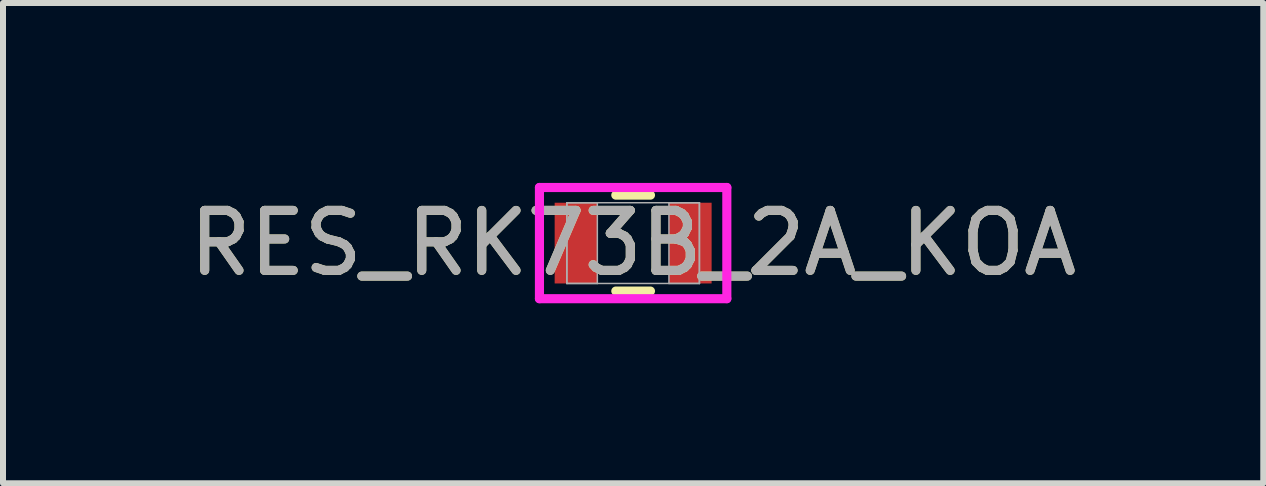
<source format=kicad_pcb>
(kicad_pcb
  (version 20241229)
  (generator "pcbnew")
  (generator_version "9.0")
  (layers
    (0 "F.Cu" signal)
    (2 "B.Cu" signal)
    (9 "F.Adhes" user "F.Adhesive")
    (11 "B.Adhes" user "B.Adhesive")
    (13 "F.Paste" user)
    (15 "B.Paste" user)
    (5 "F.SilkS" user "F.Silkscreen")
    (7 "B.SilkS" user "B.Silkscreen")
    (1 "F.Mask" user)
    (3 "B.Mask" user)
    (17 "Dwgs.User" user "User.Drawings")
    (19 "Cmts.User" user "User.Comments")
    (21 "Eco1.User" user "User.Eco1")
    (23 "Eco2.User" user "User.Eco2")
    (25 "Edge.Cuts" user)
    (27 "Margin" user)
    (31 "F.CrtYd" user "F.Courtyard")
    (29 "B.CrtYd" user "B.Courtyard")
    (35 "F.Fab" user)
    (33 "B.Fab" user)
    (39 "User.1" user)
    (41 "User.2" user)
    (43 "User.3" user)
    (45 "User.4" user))
  (footprint "RES_RK73B_2A_KOA"
    (layer "F.Cu")
    (at 7.506 1.003)
    (property "Reference" "RES_RK73B_2A_KOA" (at 0 0 0) (unlocked yes) (layer "F.SilkS") (effects (font (size 1 1) (thickness 0.15))))
    (attr smd)
    (fp_line (start -0.289 0.8) (end 0.289 0.8) (stroke (width 0.152) (type solid)) (layer "F.SilkS"))
    (fp_line (start 0.289 -0.8) (end -0.289 -0.8) (stroke (width 0.152) (type solid)) (layer "F.SilkS"))
    (fp_line (start -1.562 -0.927) (end 1.562 -0.927) (stroke (width 0.152) (type solid)) (layer "F.CrtYd"))
    (fp_line (start -1.562 0.927) (end -1.562 -0.927) (stroke (width 0.152) (type solid)) (layer "F.CrtYd"))
    (fp_line (start 1.562 -0.927) (end 1.562 0.927) (stroke (width 0.152) (type solid)) (layer "F.CrtYd"))
    (fp_line (start 1.562 0.927) (end -1.562 0.927) (stroke (width 0.152) (type solid)) (layer "F.CrtYd"))
    (fp_line (start -1.105 -0.673) (end -1.105 0.673) (stroke (width 0.025) (type solid)) (layer "F.Fab"))
    (fp_line (start -1.105 -0.673) (end -1.105 0.673) (stroke (width 0.025) (type solid)) (layer "F.Fab"))
    (fp_line (start -1.105 0.673) (end -0.597 0.673) (stroke (width 0.025) (type solid)) (layer "F.Fab"))
    (fp_line (start -1.105 0.673) (end 1.105 0.673) (stroke (width 0.025) (type solid)) (layer "F.Fab"))
    (fp_line (start -0.597 -0.673) (end -1.105 -0.673) (stroke (width 0.025) (type solid)) (layer "F.Fab"))
    (fp_line (start -0.597 0.673) (end -0.597 -0.673) (stroke (width 0.025) (type solid)) (layer "F.Fab"))
    (fp_line (start 0.597 -0.673) (end 0.597 0.673) (stroke (width 0.025) (type solid)) (layer "F.Fab"))
    (fp_line (start 0.597 0.673) (end 1.105 0.673) (stroke (width 0.025) (type solid)) (layer "F.Fab"))
    (fp_line (start 1.105 -0.673) (end -1.105 -0.673) (stroke (width 0.025) (type solid)) (layer "F.Fab"))
    (fp_line (start 1.105 -0.673) (end 0.597 -0.673) (stroke (width 0.025) (type solid)) (layer "F.Fab"))
    (fp_line (start 1.105 0.673) (end 1.105 -0.673) (stroke (width 0.025) (type solid)) (layer "F.Fab"))
    (fp_line (start 1.105 0.673) (end 1.105 -0.673) (stroke (width 0.025) (type solid)) (layer "F.Fab"))
    (fp_text user "${REFERENCE}" (at 0 0 0) (unlocked yes) (layer "F.Fab") (effects (font (size 1 1) (thickness 0.15))))
    (pad "1" smd rect (at -0.953 0) (size 0.711 1.346) (layers "F.Cu" "F.Mask" "F.Paste"))
    (pad "2" smd rect (at 0.953 0) (size 0.711 1.346) (layers "F.Cu" "F.Mask" "F.Paste"))
    (zone (net_name "") (layer "F.Cu") (hatch full 0.508) (connect_pads) (min_thickness 0.254) (filled_areas_thickness no) (keepout (tracks not_allowed) (vias not_allowed) (pads allowed) (copperpour not_allowed) (footprints allowed)) (placement (enabled no)) (fill) (polygon (pts (xy 6.96 0.381) (xy 8.052 0.381) (xy 8.052 1.626) (xy 6.96 1.626)))))
  (gr_rect
    (start -3 -3)
    (end 18.012 5.007)
    (stroke (width 0.1) (type default))
    (fill no)
    (layer "Edge.Cuts")))
</source>
